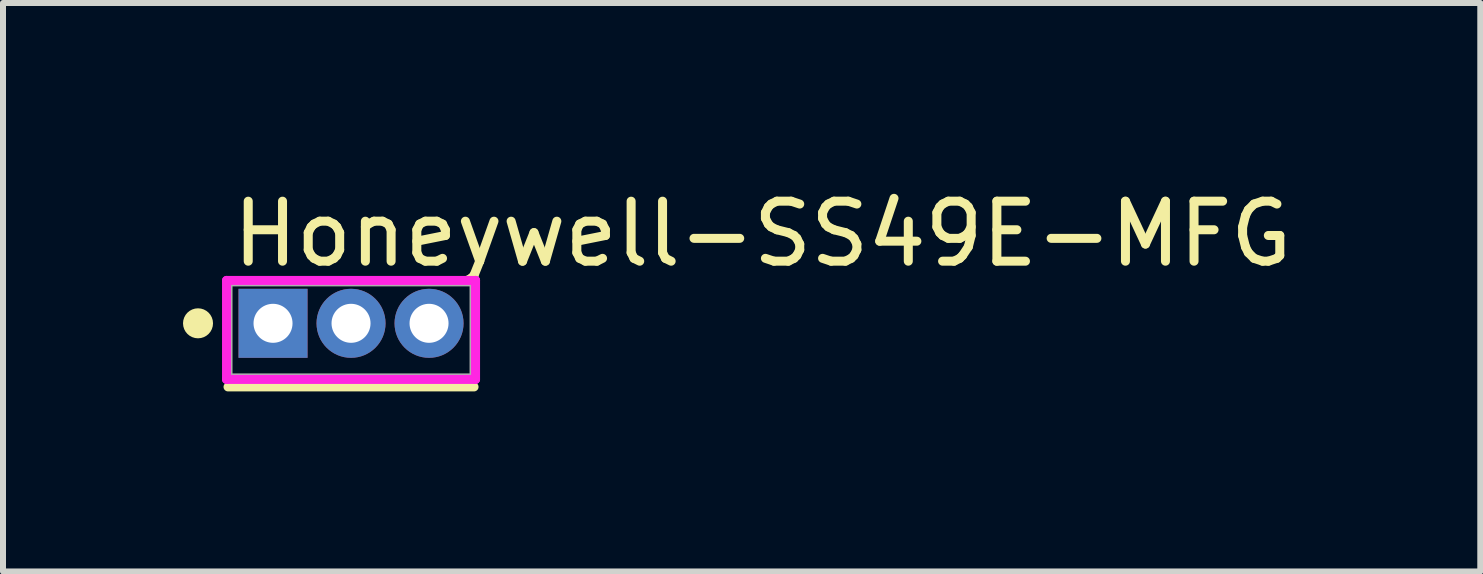
<source format=kicad_pcb>
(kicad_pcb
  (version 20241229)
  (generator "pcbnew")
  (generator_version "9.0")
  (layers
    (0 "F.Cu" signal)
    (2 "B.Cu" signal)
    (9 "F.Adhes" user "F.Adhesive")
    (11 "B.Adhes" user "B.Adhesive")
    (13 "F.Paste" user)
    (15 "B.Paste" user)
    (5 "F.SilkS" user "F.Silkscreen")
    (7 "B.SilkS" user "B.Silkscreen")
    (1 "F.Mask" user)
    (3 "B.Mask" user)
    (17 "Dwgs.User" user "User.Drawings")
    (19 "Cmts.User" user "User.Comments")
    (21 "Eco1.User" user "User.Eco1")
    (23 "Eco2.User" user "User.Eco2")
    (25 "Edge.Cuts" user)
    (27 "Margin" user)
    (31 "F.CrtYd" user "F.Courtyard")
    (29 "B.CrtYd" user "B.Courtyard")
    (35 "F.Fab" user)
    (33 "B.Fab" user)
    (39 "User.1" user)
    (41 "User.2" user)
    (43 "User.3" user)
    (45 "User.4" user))
  (footprint "Honeywell-SS49E-MFG"
    (layer "F.Cu")
    (at 2.8 2.448)
    (property "Reference" "Honeywell-SS49E-MFG" (at -2.05 -1.6 0) (layer "F.SilkS") (effects (font (size 1 1) (thickness 0.15)) (justify left)))
    (attr through_hole)
    (fp_line (start -2.05 0.95) (end 2.05 0.95) (stroke (width 0.15) (type solid)) (layer "F.SilkS"))
    (fp_circle (center -2.55 -0.11) (end -2.425 -0.11) (stroke (width 0.25) (type solid)) (fill no) (layer "F.SilkS"))
    (fp_line (start -2.075 -0.825) (end -2.075 0.825) (stroke (width 0.15) (type solid)) (layer "F.CrtYd"))
    (fp_line (start -2.075 0.825) (end 2.075 0.825) (stroke (width 0.15) (type solid)) (layer "F.CrtYd"))
    (fp_line (start 2.075 -0.825) (end -2.075 -0.825) (stroke (width 0.15) (type solid)) (layer "F.CrtYd"))
    (fp_line (start 2.075 -0.825) (end 2.075 -0.825) (stroke (width 0.15) (type solid)) (layer "F.CrtYd"))
    (fp_line (start 2.075 0.825) (end 2.075 -0.825) (stroke (width 0.15) (type solid)) (layer "F.CrtYd"))
    (fp_line (start -2.05 -0.8) (end 2.05 -0.8) (stroke (width 0.15) (type solid)) (layer "F.Fab"))
    (fp_line (start -2.05 0.8) (end -2.05 -0.8) (stroke (width 0.15) (type solid)) (layer "F.Fab"))
    (fp_line (start 2.05 -0.8) (end 2.05 0.8) (stroke (width 0.15) (type solid)) (layer "F.Fab"))
    (fp_line (start 2.05 0.8) (end -2.05 0.8) (stroke (width 0.15) (type solid)) (layer "F.Fab"))
    (pad "1" thru_hole rect (at -1.3 -0.11) (size 1.15 1.15) (drill 0.65) (layers "*.Cu"))
    (pad "2" thru_hole circle (at 0 -0.11) (size 1.15 1.15) (drill 0.65) (layers "*.Cu"))
    (pad "3" thru_hole circle (at 1.3 -0.11) (size 1.15 1.15) (drill 0.65) (layers "*.Cu")))
  (gr_rect
    (start -3 -3)
    (end 21.619 6.473)
    (stroke (width 0.1) (type default))
    (fill no)
    (layer "Edge.Cuts")))
</source>
